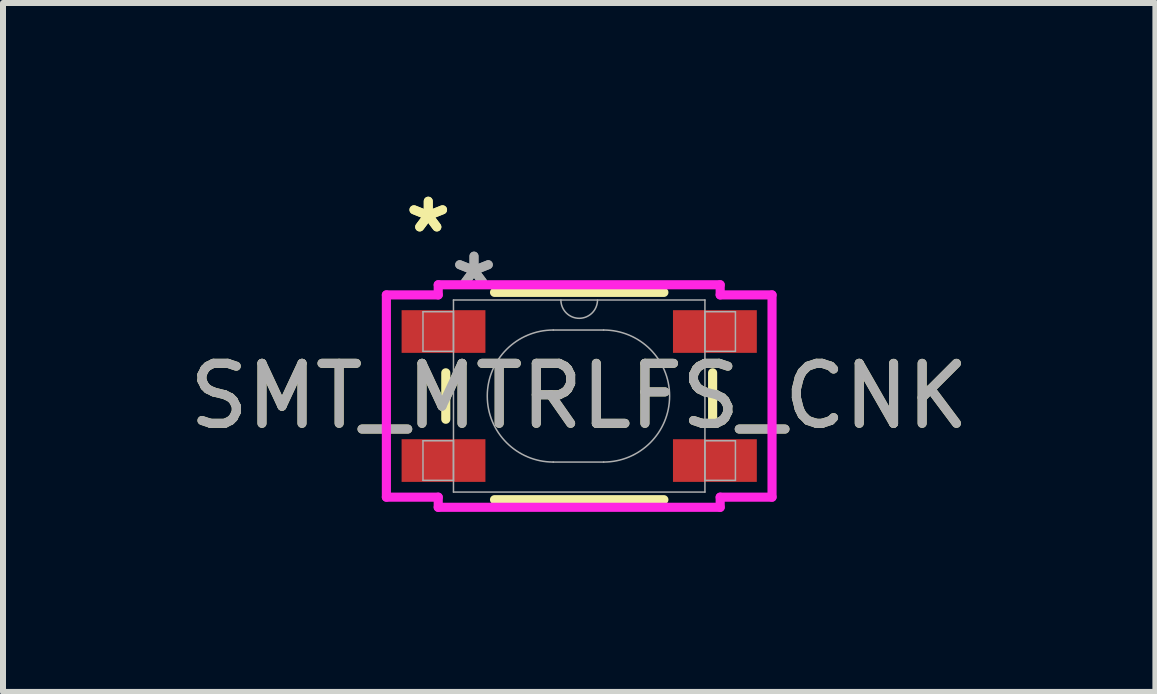
<source format=kicad_pcb>
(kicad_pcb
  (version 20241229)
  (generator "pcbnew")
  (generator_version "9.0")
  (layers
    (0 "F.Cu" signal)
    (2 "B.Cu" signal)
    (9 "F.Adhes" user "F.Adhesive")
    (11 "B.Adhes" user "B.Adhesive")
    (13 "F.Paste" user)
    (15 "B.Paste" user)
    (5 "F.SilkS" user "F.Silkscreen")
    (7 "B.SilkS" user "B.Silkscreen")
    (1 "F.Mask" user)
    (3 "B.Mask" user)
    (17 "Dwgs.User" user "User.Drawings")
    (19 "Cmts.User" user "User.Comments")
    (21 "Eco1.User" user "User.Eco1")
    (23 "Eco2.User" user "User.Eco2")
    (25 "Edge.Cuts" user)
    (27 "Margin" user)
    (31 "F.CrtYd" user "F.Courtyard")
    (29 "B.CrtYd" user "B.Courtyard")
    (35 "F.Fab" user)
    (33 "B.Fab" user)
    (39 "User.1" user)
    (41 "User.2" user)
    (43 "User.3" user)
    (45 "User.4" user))
  (footprint "SMT_MTRLFS_CNK"
    (layer "F.Cu")
    (at 6.601 3.549)
    (property "Reference" "SMT_MTRLFS_CNK" (at 0 0 0) (unlocked yes) (layer "F.SilkS") (effects (font (size 1 1) (thickness 0.15))))
    (attr smd)
    (fp_line (start -2.223 -0.387) (end -2.223 0.387) (stroke (width 0.152) (type solid)) (layer "F.SilkS"))
    (fp_line (start -1.411 1.727) (end 1.411 1.727) (stroke (width 0.152) (type solid)) (layer "F.SilkS"))
    (fp_line (start 1.411 -1.727) (end -1.411 -1.727) (stroke (width 0.152) (type solid)) (layer "F.SilkS"))
    (fp_line (start 2.223 0.387) (end 2.223 -0.387) (stroke (width 0.152) (type solid)) (layer "F.SilkS"))
    (fp_line (start -3.213 -1.685) (end -2.349 -1.685) (stroke (width 0.152) (type solid)) (layer "F.CrtYd"))
    (fp_line (start -3.213 1.685) (end -3.213 -1.685) (stroke (width 0.152) (type solid)) (layer "F.CrtYd"))
    (fp_line (start -3.213 1.685) (end -2.349 1.685) (stroke (width 0.152) (type solid)) (layer "F.CrtYd"))
    (fp_line (start -2.349 -1.854) (end 2.349 -1.854) (stroke (width 0.152) (type solid)) (layer "F.CrtYd"))
    (fp_line (start -2.349 -1.685) (end -2.349 -1.854) (stroke (width 0.152) (type solid)) (layer "F.CrtYd"))
    (fp_line (start -2.349 1.854) (end -2.349 1.685) (stroke (width 0.152) (type solid)) (layer "F.CrtYd"))
    (fp_line (start 2.349 -1.854) (end 2.349 -1.685) (stroke (width 0.152) (type solid)) (layer "F.CrtYd"))
    (fp_line (start 2.349 1.685) (end 2.349 1.854) (stroke (width 0.152) (type solid)) (layer "F.CrtYd"))
    (fp_line (start 2.349 1.854) (end -2.349 1.854) (stroke (width 0.152) (type solid)) (layer "F.CrtYd"))
    (fp_line (start 3.213 -1.685) (end 2.349 -1.685) (stroke (width 0.152) (type solid)) (layer "F.CrtYd"))
    (fp_line (start 3.213 -1.685) (end 3.213 1.685) (stroke (width 0.152) (type solid)) (layer "F.CrtYd"))
    (fp_line (start 3.213 1.685) (end 2.349 1.685) (stroke (width 0.152) (type solid)) (layer "F.CrtYd"))
    (fp_line (start -2.603 -1.405) (end -2.603 -0.745) (stroke (width 0.025) (type solid)) (layer "F.Fab"))
    (fp_line (start -2.603 -0.745) (end -2.095 -0.745) (stroke (width 0.025) (type solid)) (layer "F.Fab"))
    (fp_line (start -2.603 0.745) (end -2.603 1.405) (stroke (width 0.025) (type solid)) (layer "F.Fab"))
    (fp_line (start -2.603 1.405) (end -2.095 1.405) (stroke (width 0.025) (type solid)) (layer "F.Fab"))
    (fp_line (start -2.095 -1.6) (end -2.095 1.6) (stroke (width 0.025) (type solid)) (layer "F.Fab"))
    (fp_line (start -2.095 -1.405) (end -2.603 -1.405) (stroke (width 0.025) (type solid)) (layer "F.Fab"))
    (fp_line (start -2.095 -0.745) (end -2.095 -1.405) (stroke (width 0.025) (type solid)) (layer "F.Fab"))
    (fp_line (start -2.095 0.745) (end -2.603 0.745) (stroke (width 0.025) (type solid)) (layer "F.Fab"))
    (fp_line (start -2.095 1.405) (end -2.095 0.745) (stroke (width 0.025) (type solid)) (layer "F.Fab"))
    (fp_line (start -2.095 1.6) (end 2.095 1.6) (stroke (width 0.025) (type solid)) (layer "F.Fab"))
    (fp_line (start -0.432 -1.1) (end 0.406 -1.1) (stroke (width 0.025) (type solid)) (layer "F.Fab"))
    (fp_line (start -0.432 1.1) (end 0.406 1.1) (stroke (width 0.025) (type solid)) (layer "F.Fab"))
    (fp_line (start 2.095 -1.6) (end -2.095 -1.6) (stroke (width 0.025) (type solid)) (layer "F.Fab"))
    (fp_line (start 2.095 -1.405) (end 2.095 -0.745) (stroke (width 0.025) (type solid)) (layer "F.Fab"))
    (fp_line (start 2.095 -0.745) (end 2.603 -0.745) (stroke (width 0.025) (type solid)) (layer "F.Fab"))
    (fp_line (start 2.095 0.745) (end 2.095 1.405) (stroke (width 0.025) (type solid)) (layer "F.Fab"))
    (fp_line (start 2.095 1.405) (end 2.603 1.405) (stroke (width 0.025) (type solid)) (layer "F.Fab"))
    (fp_line (start 2.095 1.6) (end 2.095 -1.6) (stroke (width 0.025) (type solid)) (layer "F.Fab"))
    (fp_line (start 2.603 -1.405) (end 2.095 -1.405) (stroke (width 0.025) (type solid)) (layer "F.Fab"))
    (fp_line (start 2.603 -0.745) (end 2.603 -1.405) (stroke (width 0.025) (type solid)) (layer "F.Fab"))
    (fp_line (start 2.603 0.745) (end 2.095 0.745) (stroke (width 0.025) (type solid)) (layer "F.Fab"))
    (fp_line (start 2.603 1.405) (end 2.603 0.745) (stroke (width 0.025) (type solid)) (layer "F.Fab"))
    (fp_arc (start -0.4318 1.1) (mid -1.5318 0) (end -0.4318 -1.1) (stroke (width 0.0254) (type solid)) (layer "F.Fab"))
    (fp_arc (start 0.3048 -1.600001) (mid 0 -1.295201) (end -0.3048 -1.600001) (stroke (width 0.0254) (type solid)) (layer "F.Fab"))
    (fp_arc (start 0.4064 -1.1) (mid 1.5064 0) (end 0.4064 1.1) (stroke (width 0.0254) (type solid)) (layer "F.Fab"))
    (fp_text user "*" (at -2.515 -2.701 0) (unlocked yes) (layer "F.SilkS") (effects (font (size 1 1) (thickness 0.15))))
    (fp_text user "*" (at -2.515 -2.701 0) (layer "F.SilkS") (effects (font (size 1 1) (thickness 0.15))))
    (fp_text user "*" (at -1.753 -1.786 0) (layer "F.Fab") (effects (font (size 1 1) (thickness 0.15))))
    (fp_text user "*" (at -1.753 -1.786 0) (unlocked yes) (layer "F.Fab") (effects (font (size 1 1) (thickness 0.15))))
    (fp_text user "${REFERENCE}" (at 0 0 0) (unlocked yes) (layer "F.Fab") (effects (font (size 1 1) (thickness 0.15))))
    (pad "1" smd rect (at -2.261 -1.075) (size 1.397 0.711) (layers "F.Cu" "F.Mask" "F.Paste"))
    (pad "2" smd rect (at 2.261 -1.075) (size 1.397 0.711) (layers "F.Cu" "F.Mask" "F.Paste"))
    (pad "3" smd rect (at -2.261 1.075) (size 1.397 0.711) (layers "F.Cu" "F.Mask" "F.Paste"))
    (pad "4" smd rect (at 2.261 1.075) (size 1.397 0.711) (layers "F.Cu" "F.Mask" "F.Paste")))
  (gr_rect
    (start -3 -3)
    (end 16.202 8.479)
    (stroke (width 0.1) (type default))
    (fill no)
    (layer "Edge.Cuts")))
</source>
